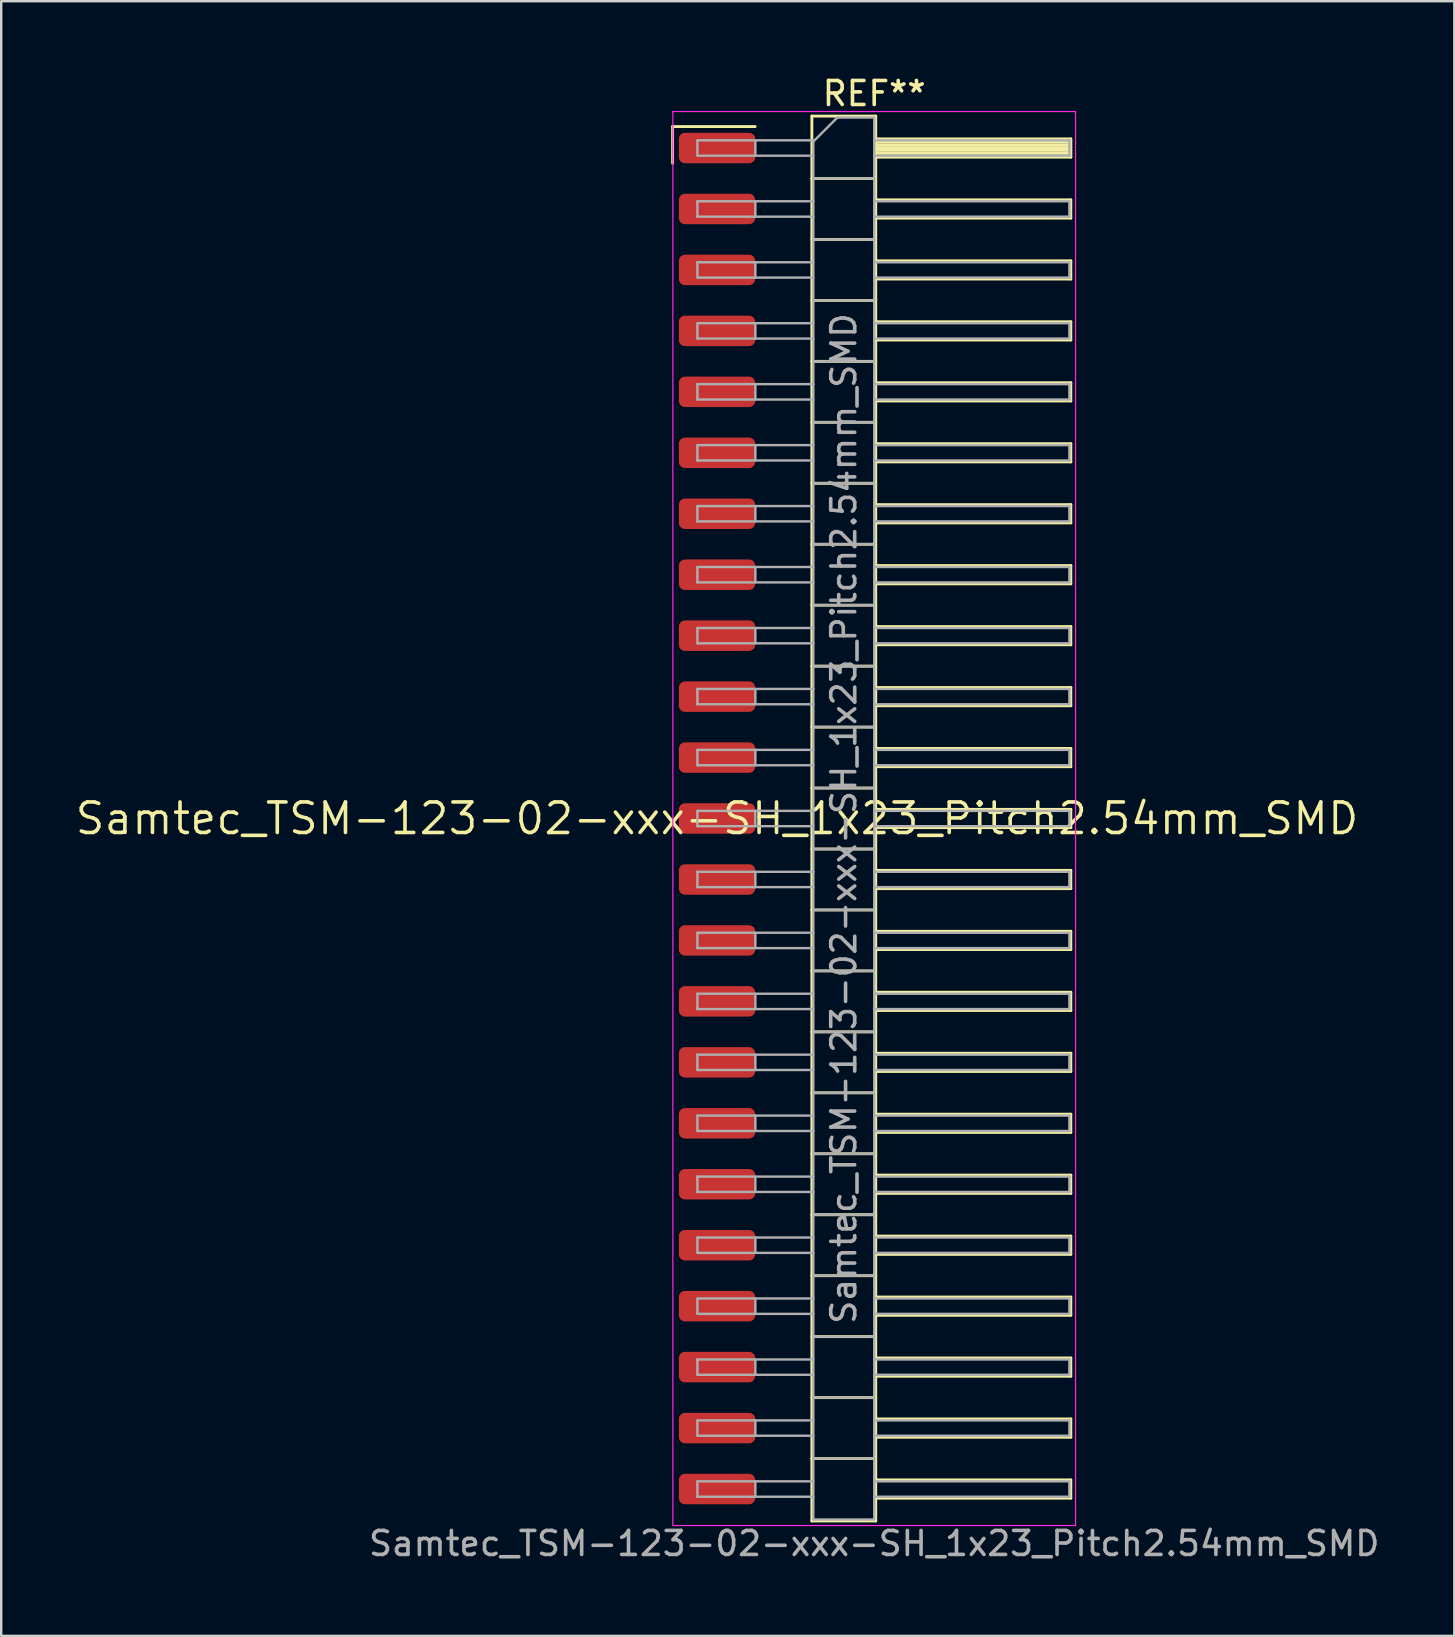
<source format=kicad_pcb>
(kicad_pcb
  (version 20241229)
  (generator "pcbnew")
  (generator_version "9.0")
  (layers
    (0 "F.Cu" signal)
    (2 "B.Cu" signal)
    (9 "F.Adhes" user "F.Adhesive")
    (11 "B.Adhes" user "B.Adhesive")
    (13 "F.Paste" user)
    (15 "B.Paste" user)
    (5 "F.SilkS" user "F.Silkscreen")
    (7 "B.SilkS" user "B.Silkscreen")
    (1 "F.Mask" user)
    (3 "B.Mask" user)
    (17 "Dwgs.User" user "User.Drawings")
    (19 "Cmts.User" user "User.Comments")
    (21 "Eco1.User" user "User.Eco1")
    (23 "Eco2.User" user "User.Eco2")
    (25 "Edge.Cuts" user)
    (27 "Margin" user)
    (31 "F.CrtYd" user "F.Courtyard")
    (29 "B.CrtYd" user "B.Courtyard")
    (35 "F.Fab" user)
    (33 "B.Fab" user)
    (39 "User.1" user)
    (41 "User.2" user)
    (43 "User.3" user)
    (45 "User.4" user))
  (footprint "Samtec_TSM-123-02-xxx-SH_1x23_Pitch2.54mm_SMD"
    (layer "F.Cu")
    (at 26.828 31.058)
    (property "Reference" "Samtec_TSM-123-02-xxx-SH_1x23_Pitch2.54mm_SMD" (at 0 0 0) (layer "F.SilkS") (effects (font (size 1.27 1.27) (thickness 0.15))))
    (attr smd)
    (fp_line (start -1.85 -28.835) (end 1.59 -28.835) (stroke (width 0.12) (type solid)) (layer "F.SilkS"))
    (fp_line (start -1.85 -27.305) (end -1.85 -28.835) (stroke (width 0.12) (type solid)) (layer "F.SilkS"))
    (fp_line (start 3.953 -29.27) (end 6.613 -29.27) (stroke (width 0.12) (type solid)) (layer "F.SilkS"))
    (fp_line (start 3.953 -26.67) (end 6.613 -26.67) (stroke (width 0.12) (type solid)) (layer "F.SilkS"))
    (fp_line (start 3.953 -24.13) (end 6.613 -24.13) (stroke (width 0.12) (type solid)) (layer "F.SilkS"))
    (fp_line (start 3.953 -21.59) (end 6.613 -21.59) (stroke (width 0.12) (type solid)) (layer "F.SilkS"))
    (fp_line (start 3.953 -19.05) (end 6.613 -19.05) (stroke (width 0.12) (type solid)) (layer "F.SilkS"))
    (fp_line (start 3.953 -16.51) (end 6.613 -16.51) (stroke (width 0.12) (type solid)) (layer "F.SilkS"))
    (fp_line (start 3.953 -13.97) (end 6.613 -13.97) (stroke (width 0.12) (type solid)) (layer "F.SilkS"))
    (fp_line (start 3.953 -11.43) (end 6.613 -11.43) (stroke (width 0.12) (type solid)) (layer "F.SilkS"))
    (fp_line (start 3.953 -8.89) (end 6.613 -8.89) (stroke (width 0.12) (type solid)) (layer "F.SilkS"))
    (fp_line (start 3.953 -6.35) (end 6.613 -6.35) (stroke (width 0.12) (type solid)) (layer "F.SilkS"))
    (fp_line (start 3.953 -3.81) (end 6.613 -3.81) (stroke (width 0.12) (type solid)) (layer "F.SilkS"))
    (fp_line (start 3.953 -1.27) (end 6.613 -1.27) (stroke (width 0.12) (type solid)) (layer "F.SilkS"))
    (fp_line (start 3.953 1.27) (end 6.613 1.27) (stroke (width 0.12) (type solid)) (layer "F.SilkS"))
    (fp_line (start 3.953 3.81) (end 6.613 3.81) (stroke (width 0.12) (type solid)) (layer "F.SilkS"))
    (fp_line (start 3.953 6.35) (end 6.613 6.35) (stroke (width 0.12) (type solid)) (layer "F.SilkS"))
    (fp_line (start 3.953 8.89) (end 6.613 8.89) (stroke (width 0.12) (type solid)) (layer "F.SilkS"))
    (fp_line (start 3.953 11.43) (end 6.613 11.43) (stroke (width 0.12) (type solid)) (layer "F.SilkS"))
    (fp_line (start 3.953 13.97) (end 6.613 13.97) (stroke (width 0.12) (type solid)) (layer "F.SilkS"))
    (fp_line (start 3.953 16.51) (end 6.613 16.51) (stroke (width 0.12) (type solid)) (layer "F.SilkS"))
    (fp_line (start 3.953 19.05) (end 6.613 19.05) (stroke (width 0.12) (type solid)) (layer "F.SilkS"))
    (fp_line (start 3.953 21.59) (end 6.613 21.59) (stroke (width 0.12) (type solid)) (layer "F.SilkS"))
    (fp_line (start 3.953 24.13) (end 6.613 24.13) (stroke (width 0.12) (type solid)) (layer "F.SilkS"))
    (fp_line (start 3.953 26.67) (end 6.613 26.67) (stroke (width 0.12) (type solid)) (layer "F.SilkS"))
    (fp_line (start 3.953 29.27) (end 3.953 -29.27) (stroke (width 0.12) (type solid)) (layer "F.SilkS"))
    (fp_line (start 6.613 -29.27) (end 6.613 29.27) (stroke (width 0.12) (type solid)) (layer "F.SilkS"))
    (fp_line (start 6.613 -28.32) (end 14.743 -28.32) (stroke (width 0.12) (type solid)) (layer "F.SilkS"))
    (fp_line (start 6.613 -28.2) (end 14.743 -28.2) (stroke (width 0.12) (type solid)) (layer "F.SilkS"))
    (fp_line (start 6.613 -28.08) (end 14.743 -28.08) (stroke (width 0.12) (type solid)) (layer "F.SilkS"))
    (fp_line (start 6.613 -27.96) (end 14.743 -27.96) (stroke (width 0.12) (type solid)) (layer "F.SilkS"))
    (fp_line (start 6.613 -27.84) (end 14.743 -27.84) (stroke (width 0.12) (type solid)) (layer "F.SilkS"))
    (fp_line (start 6.613 -27.72) (end 14.743 -27.72) (stroke (width 0.12) (type solid)) (layer "F.SilkS"))
    (fp_line (start 6.613 -27.6) (end 14.743 -27.6) (stroke (width 0.12) (type solid)) (layer "F.SilkS"))
    (fp_line (start 6.613 -27.56) (end 14.743 -27.56) (stroke (width 0.12) (type solid)) (layer "F.SilkS"))
    (fp_line (start 6.613 -25.78) (end 14.743 -25.78) (stroke (width 0.12) (type solid)) (layer "F.SilkS"))
    (fp_line (start 6.613 -25.02) (end 14.743 -25.02) (stroke (width 0.12) (type solid)) (layer "F.SilkS"))
    (fp_line (start 6.613 -23.24) (end 14.743 -23.24) (stroke (width 0.12) (type solid)) (layer "F.SilkS"))
    (fp_line (start 6.613 -22.48) (end 14.743 -22.48) (stroke (width 0.12) (type solid)) (layer "F.SilkS"))
    (fp_line (start 6.613 -20.7) (end 14.743 -20.7) (stroke (width 0.12) (type solid)) (layer "F.SilkS"))
    (fp_line (start 6.613 -19.94) (end 14.743 -19.94) (stroke (width 0.12) (type solid)) (layer "F.SilkS"))
    (fp_line (start 6.613 -18.16) (end 14.743 -18.16) (stroke (width 0.12) (type solid)) (layer "F.SilkS"))
    (fp_line (start 6.613 -17.4) (end 14.743 -17.4) (stroke (width 0.12) (type solid)) (layer "F.SilkS"))
    (fp_line (start 6.613 -15.62) (end 14.743 -15.62) (stroke (width 0.12) (type solid)) (layer "F.SilkS"))
    (fp_line (start 6.613 -14.86) (end 14.743 -14.86) (stroke (width 0.12) (type solid)) (layer "F.SilkS"))
    (fp_line (start 6.613 -13.08) (end 14.743 -13.08) (stroke (width 0.12) (type solid)) (layer "F.SilkS"))
    (fp_line (start 6.613 -12.32) (end 14.743 -12.32) (stroke (width 0.12) (type solid)) (layer "F.SilkS"))
    (fp_line (start 6.613 -10.54) (end 14.743 -10.54) (stroke (width 0.12) (type solid)) (layer "F.SilkS"))
    (fp_line (start 6.613 -9.78) (end 14.743 -9.78) (stroke (width 0.12) (type solid)) (layer "F.SilkS"))
    (fp_line (start 6.613 -8) (end 14.743 -8) (stroke (width 0.12) (type solid)) (layer "F.SilkS"))
    (fp_line (start 6.613 -7.24) (end 14.743 -7.24) (stroke (width 0.12) (type solid)) (layer "F.SilkS"))
    (fp_line (start 6.613 -5.46) (end 14.743 -5.46) (stroke (width 0.12) (type solid)) (layer "F.SilkS"))
    (fp_line (start 6.613 -4.7) (end 14.743 -4.7) (stroke (width 0.12) (type solid)) (layer "F.SilkS"))
    (fp_line (start 6.613 -2.92) (end 14.743 -2.92) (stroke (width 0.12) (type solid)) (layer "F.SilkS"))
    (fp_line (start 6.613 -2.16) (end 14.743 -2.16) (stroke (width 0.12) (type solid)) (layer "F.SilkS"))
    (fp_line (start 6.613 -0.38) (end 14.743 -0.38) (stroke (width 0.12) (type solid)) (layer "F.SilkS"))
    (fp_line (start 6.613 0.38) (end 14.743 0.38) (stroke (width 0.12) (type solid)) (layer "F.SilkS"))
    (fp_line (start 6.613 2.16) (end 14.743 2.16) (stroke (width 0.12) (type solid)) (layer "F.SilkS"))
    (fp_line (start 6.613 2.92) (end 14.743 2.92) (stroke (width 0.12) (type solid)) (layer "F.SilkS"))
    (fp_line (start 6.613 4.7) (end 14.743 4.7) (stroke (width 0.12) (type solid)) (layer "F.SilkS"))
    (fp_line (start 6.613 5.46) (end 14.743 5.46) (stroke (width 0.12) (type solid)) (layer "F.SilkS"))
    (fp_line (start 6.613 7.24) (end 14.743 7.24) (stroke (width 0.12) (type solid)) (layer "F.SilkS"))
    (fp_line (start 6.613 8) (end 14.743 8) (stroke (width 0.12) (type solid)) (layer "F.SilkS"))
    (fp_line (start 6.613 9.78) (end 14.743 9.78) (stroke (width 0.12) (type solid)) (layer "F.SilkS"))
    (fp_line (start 6.613 10.54) (end 14.743 10.54) (stroke (width 0.12) (type solid)) (layer "F.SilkS"))
    (fp_line (start 6.613 12.32) (end 14.743 12.32) (stroke (width 0.12) (type solid)) (layer "F.SilkS"))
    (fp_line (start 6.613 13.08) (end 14.743 13.08) (stroke (width 0.12) (type solid)) (layer "F.SilkS"))
    (fp_line (start 6.613 14.86) (end 14.743 14.86) (stroke (width 0.12) (type solid)) (layer "F.SilkS"))
    (fp_line (start 6.613 15.62) (end 14.743 15.62) (stroke (width 0.12) (type solid)) (layer "F.SilkS"))
    (fp_line (start 6.613 17.4) (end 14.743 17.4) (stroke (width 0.12) (type solid)) (layer "F.SilkS"))
    (fp_line (start 6.613 18.16) (end 14.743 18.16) (stroke (width 0.12) (type solid)) (layer "F.SilkS"))
    (fp_line (start 6.613 19.94) (end 14.743 19.94) (stroke (width 0.12) (type solid)) (layer "F.SilkS"))
    (fp_line (start 6.613 20.7) (end 14.743 20.7) (stroke (width 0.12) (type solid)) (layer "F.SilkS"))
    (fp_line (start 6.613 22.48) (end 14.743 22.48) (stroke (width 0.12) (type solid)) (layer "F.SilkS"))
    (fp_line (start 6.613 23.24) (end 14.743 23.24) (stroke (width 0.12) (type solid)) (layer "F.SilkS"))
    (fp_line (start 6.613 25.02) (end 14.743 25.02) (stroke (width 0.12) (type solid)) (layer "F.SilkS"))
    (fp_line (start 6.613 25.78) (end 14.743 25.78) (stroke (width 0.12) (type solid)) (layer "F.SilkS"))
    (fp_line (start 6.613 27.56) (end 14.743 27.56) (stroke (width 0.12) (type solid)) (layer "F.SilkS"))
    (fp_line (start 6.613 28.32) (end 14.743 28.32) (stroke (width 0.12) (type solid)) (layer "F.SilkS"))
    (fp_line (start 6.613 29.27) (end 3.953 29.27) (stroke (width 0.12) (type solid)) (layer "F.SilkS"))
    (fp_line (start 14.743 -28.32) (end 14.743 -27.56) (stroke (width 0.12) (type solid)) (layer "F.SilkS"))
    (fp_line (start 14.743 -25.78) (end 14.743 -25.02) (stroke (width 0.12) (type solid)) (layer "F.SilkS"))
    (fp_line (start 14.743 -23.24) (end 14.743 -22.48) (stroke (width 0.12) (type solid)) (layer "F.SilkS"))
    (fp_line (start 14.743 -20.7) (end 14.743 -19.94) (stroke (width 0.12) (type solid)) (layer "F.SilkS"))
    (fp_line (start 14.743 -18.16) (end 14.743 -17.4) (stroke (width 0.12) (type solid)) (layer "F.SilkS"))
    (fp_line (start 14.743 -15.62) (end 14.743 -14.86) (stroke (width 0.12) (type solid)) (layer "F.SilkS"))
    (fp_line (start 14.743 -13.08) (end 14.743 -12.32) (stroke (width 0.12) (type solid)) (layer "F.SilkS"))
    (fp_line (start 14.743 -10.54) (end 14.743 -9.78) (stroke (width 0.12) (type solid)) (layer "F.SilkS"))
    (fp_line (start 14.743 -8) (end 14.743 -7.24) (stroke (width 0.12) (type solid)) (layer "F.SilkS"))
    (fp_line (start 14.743 -5.46) (end 14.743 -4.7) (stroke (width 0.12) (type solid)) (layer "F.SilkS"))
    (fp_line (start 14.743 -2.92) (end 14.743 -2.16) (stroke (width 0.12) (type solid)) (layer "F.SilkS"))
    (fp_line (start 14.743 -0.38) (end 14.743 0.38) (stroke (width 0.12) (type solid)) (layer "F.SilkS"))
    (fp_line (start 14.743 2.16) (end 14.743 2.92) (stroke (width 0.12) (type solid)) (layer "F.SilkS"))
    (fp_line (start 14.743 4.7) (end 14.743 5.46) (stroke (width 0.12) (type solid)) (layer "F.SilkS"))
    (fp_line (start 14.743 7.24) (end 14.743 8) (stroke (width 0.12) (type solid)) (layer "F.SilkS"))
    (fp_line (start 14.743 9.78) (end 14.743 10.54) (stroke (width 0.12) (type solid)) (layer "F.SilkS"))
    (fp_line (start 14.743 12.32) (end 14.743 13.08) (stroke (width 0.12) (type solid)) (layer "F.SilkS"))
    (fp_line (start 14.743 14.86) (end 14.743 15.62) (stroke (width 0.12) (type solid)) (layer "F.SilkS"))
    (fp_line (start 14.743 17.4) (end 14.743 18.16) (stroke (width 0.12) (type solid)) (layer "F.SilkS"))
    (fp_line (start 14.743 19.94) (end 14.743 20.7) (stroke (width 0.12) (type solid)) (layer "F.SilkS"))
    (fp_line (start 14.743 22.48) (end 14.743 23.24) (stroke (width 0.12) (type solid)) (layer "F.SilkS"))
    (fp_line (start 14.743 25.02) (end 14.743 25.78) (stroke (width 0.12) (type solid)) (layer "F.SilkS"))
    (fp_line (start 14.743 27.56) (end 14.743 28.32) (stroke (width 0.12) (type solid)) (layer "F.SilkS"))
    (fp_line (start -1.84 -29.46) (end 14.94 -29.46) (stroke (width 0.05) (type solid)) (layer "F.CrtYd"))
    (fp_line (start -1.84 29.46) (end -1.84 -29.46) (stroke (width 0.05) (type solid)) (layer "F.CrtYd"))
    (fp_line (start 14.94 -29.46) (end 14.94 29.46) (stroke (width 0.05) (type solid)) (layer "F.CrtYd"))
    (fp_line (start 14.94 29.46) (end -1.84 29.46) (stroke (width 0.05) (type solid)) (layer "F.CrtYd"))
    (fp_line (start -0.817 -28.26) (end -0.817 -27.62) (stroke (width 0.1) (type solid)) (layer "F.Fab"))
    (fp_line (start -0.817 -28.26) (end 4.013 -28.26) (stroke (width 0.1) (type solid)) (layer "F.Fab"))
    (fp_line (start -0.817 -27.62) (end 4.013 -27.62) (stroke (width 0.1) (type solid)) (layer "F.Fab"))
    (fp_line (start -0.817 -25.72) (end -0.817 -25.08) (stroke (width 0.1) (type solid)) (layer "F.Fab"))
    (fp_line (start -0.817 -25.72) (end 4.013 -25.72) (stroke (width 0.1) (type solid)) (layer "F.Fab"))
    (fp_line (start -0.817 -25.08) (end 4.013 -25.08) (stroke (width 0.1) (type solid)) (layer "F.Fab"))
    (fp_line (start -0.817 -23.18) (end -0.817 -22.54) (stroke (width 0.1) (type solid)) (layer "F.Fab"))
    (fp_line (start -0.817 -23.18) (end 4.013 -23.18) (stroke (width 0.1) (type solid)) (layer "F.Fab"))
    (fp_line (start -0.817 -22.54) (end 4.013 -22.54) (stroke (width 0.1) (type solid)) (layer "F.Fab"))
    (fp_line (start -0.817 -20.64) (end -0.817 -20) (stroke (width 0.1) (type solid)) (layer "F.Fab"))
    (fp_line (start -0.817 -20.64) (end 4.013 -20.64) (stroke (width 0.1) (type solid)) (layer "F.Fab"))
    (fp_line (start -0.817 -20) (end 4.013 -20) (stroke (width 0.1) (type solid)) (layer "F.Fab"))
    (fp_line (start -0.817 -18.1) (end -0.817 -17.46) (stroke (width 0.1) (type solid)) (layer "F.Fab"))
    (fp_line (start -0.817 -18.1) (end 4.013 -18.1) (stroke (width 0.1) (type solid)) (layer "F.Fab"))
    (fp_line (start -0.817 -17.46) (end 4.013 -17.46) (stroke (width 0.1) (type solid)) (layer "F.Fab"))
    (fp_line (start -0.817 -15.56) (end -0.817 -14.92) (stroke (width 0.1) (type solid)) (layer "F.Fab"))
    (fp_line (start -0.817 -15.56) (end 4.013 -15.56) (stroke (width 0.1) (type solid)) (layer "F.Fab"))
    (fp_line (start -0.817 -14.92) (end 4.013 -14.92) (stroke (width 0.1) (type solid)) (layer "F.Fab"))
    (fp_line (start -0.817 -13.02) (end -0.817 -12.38) (stroke (width 0.1) (type solid)) (layer "F.Fab"))
    (fp_line (start -0.817 -13.02) (end 4.013 -13.02) (stroke (width 0.1) (type solid)) (layer "F.Fab"))
    (fp_line (start -0.817 -12.38) (end 4.013 -12.38) (stroke (width 0.1) (type solid)) (layer "F.Fab"))
    (fp_line (start -0.817 -10.48) (end -0.817 -9.84) (stroke (width 0.1) (type solid)) (layer "F.Fab"))
    (fp_line (start -0.817 -10.48) (end 4.013 -10.48) (stroke (width 0.1) (type solid)) (layer "F.Fab"))
    (fp_line (start -0.817 -9.84) (end 4.013 -9.84) (stroke (width 0.1) (type solid)) (layer "F.Fab"))
    (fp_line (start -0.817 -7.94) (end -0.817 -7.3) (stroke (width 0.1) (type solid)) (layer "F.Fab"))
    (fp_line (start -0.817 -7.94) (end 4.013 -7.94) (stroke (width 0.1) (type solid)) (layer "F.Fab"))
    (fp_line (start -0.817 -7.3) (end 4.013 -7.3) (stroke (width 0.1) (type solid)) (layer "F.Fab"))
    (fp_line (start -0.817 -5.4) (end -0.817 -4.76) (stroke (width 0.1) (type solid)) (layer "F.Fab"))
    (fp_line (start -0.817 -5.4) (end 4.013 -5.4) (stroke (width 0.1) (type solid)) (layer "F.Fab"))
    (fp_line (start -0.817 -4.76) (end 4.013 -4.76) (stroke (width 0.1) (type solid)) (layer "F.Fab"))
    (fp_line (start -0.817 -2.86) (end -0.817 -2.22) (stroke (width 0.1) (type solid)) (layer "F.Fab"))
    (fp_line (start -0.817 -2.86) (end 4.013 -2.86) (stroke (width 0.1) (type solid)) (layer "F.Fab"))
    (fp_line (start -0.817 -2.22) (end 4.013 -2.22) (stroke (width 0.1) (type solid)) (layer "F.Fab"))
    (fp_line (start -0.817 -0.32) (end -0.817 0.32) (stroke (width 0.1) (type solid)) (layer "F.Fab"))
    (fp_line (start -0.817 -0.32) (end 4.013 -0.32) (stroke (width 0.1) (type solid)) (layer "F.Fab"))
    (fp_line (start -0.817 0.32) (end 4.013 0.32) (stroke (width 0.1) (type solid)) (layer "F.Fab"))
    (fp_line (start -0.817 2.22) (end -0.817 2.86) (stroke (width 0.1) (type solid)) (layer "F.Fab"))
    (fp_line (start -0.817 2.22) (end 4.013 2.22) (stroke (width 0.1) (type solid)) (layer "F.Fab"))
    (fp_line (start -0.817 2.86) (end 4.013 2.86) (stroke (width 0.1) (type solid)) (layer "F.Fab"))
    (fp_line (start -0.817 4.76) (end -0.817 5.4) (stroke (width 0.1) (type solid)) (layer "F.Fab"))
    (fp_line (start -0.817 4.76) (end 4.013 4.76) (stroke (width 0.1) (type solid)) (layer "F.Fab"))
    (fp_line (start -0.817 5.4) (end 4.013 5.4) (stroke (width 0.1) (type solid)) (layer "F.Fab"))
    (fp_line (start -0.817 7.3) (end -0.817 7.94) (stroke (width 0.1) (type solid)) (layer "F.Fab"))
    (fp_line (start -0.817 7.3) (end 4.013 7.3) (stroke (width 0.1) (type solid)) (layer "F.Fab"))
    (fp_line (start -0.817 7.94) (end 4.013 7.94) (stroke (width 0.1) (type solid)) (layer "F.Fab"))
    (fp_line (start -0.817 9.84) (end -0.817 10.48) (stroke (width 0.1) (type solid)) (layer "F.Fab"))
    (fp_line (start -0.817 9.84) (end 4.013 9.84) (stroke (width 0.1) (type solid)) (layer "F.Fab"))
    (fp_line (start -0.817 10.48) (end 4.013 10.48) (stroke (width 0.1) (type solid)) (layer "F.Fab"))
    (fp_line (start -0.817 12.38) (end -0.817 13.02) (stroke (width 0.1) (type solid)) (layer "F.Fab"))
    (fp_line (start -0.817 12.38) (end 4.013 12.38) (stroke (width 0.1) (type solid)) (layer "F.Fab"))
    (fp_line (start -0.817 13.02) (end 4.013 13.02) (stroke (width 0.1) (type solid)) (layer "F.Fab"))
    (fp_line (start -0.817 14.92) (end -0.817 15.56) (stroke (width 0.1) (type solid)) (layer "F.Fab"))
    (fp_line (start -0.817 14.92) (end 4.013 14.92) (stroke (width 0.1) (type solid)) (layer "F.Fab"))
    (fp_line (start -0.817 15.56) (end 4.013 15.56) (stroke (width 0.1) (type solid)) (layer "F.Fab"))
    (fp_line (start -0.817 17.46) (end -0.817 18.1) (stroke (width 0.1) (type solid)) (layer "F.Fab"))
    (fp_line (start -0.817 17.46) (end 4.013 17.46) (stroke (width 0.1) (type solid)) (layer "F.Fab"))
    (fp_line (start -0.817 18.1) (end 4.013 18.1) (stroke (width 0.1) (type solid)) (layer "F.Fab"))
    (fp_line (start -0.817 20) (end -0.817 20.64) (stroke (width 0.1) (type solid)) (layer "F.Fab"))
    (fp_line (start -0.817 20) (end 4.013 20) (stroke (width 0.1) (type solid)) (layer "F.Fab"))
    (fp_line (start -0.817 20.64) (end 4.013 20.64) (stroke (width 0.1) (type solid)) (layer "F.Fab"))
    (fp_line (start -0.817 22.54) (end -0.817 23.18) (stroke (width 0.1) (type solid)) (layer "F.Fab"))
    (fp_line (start -0.817 22.54) (end 4.013 22.54) (stroke (width 0.1) (type solid)) (layer "F.Fab"))
    (fp_line (start -0.817 23.18) (end 4.013 23.18) (stroke (width 0.1) (type solid)) (layer "F.Fab"))
    (fp_line (start -0.817 25.08) (end -0.817 25.72) (stroke (width 0.1) (type solid)) (layer "F.Fab"))
    (fp_line (start -0.817 25.08) (end 4.013 25.08) (stroke (width 0.1) (type solid)) (layer "F.Fab"))
    (fp_line (start -0.817 25.72) (end 4.013 25.72) (stroke (width 0.1) (type solid)) (layer "F.Fab"))
    (fp_line (start -0.817 27.62) (end -0.817 28.26) (stroke (width 0.1) (type solid)) (layer "F.Fab"))
    (fp_line (start -0.817 27.62) (end 4.013 27.62) (stroke (width 0.1) (type solid)) (layer "F.Fab"))
    (fp_line (start -0.817 28.26) (end 4.013 28.26) (stroke (width 0.1) (type solid)) (layer "F.Fab"))
    (fp_line (start 1.598 -28.26) (end 1.598 -27.62) (stroke (width 0.1) (type solid)) (layer "F.Fab"))
    (fp_line (start 1.598 -25.72) (end 1.598 -25.08) (stroke (width 0.1) (type solid)) (layer "F.Fab"))
    (fp_line (start 1.598 -23.18) (end 1.598 -22.54) (stroke (width 0.1) (type solid)) (layer "F.Fab"))
    (fp_line (start 1.598 -20.64) (end 1.598 -20) (stroke (width 0.1) (type solid)) (layer "F.Fab"))
    (fp_line (start 1.598 -18.1) (end 1.598 -17.46) (stroke (width 0.1) (type solid)) (layer "F.Fab"))
    (fp_line (start 1.598 -15.56) (end 1.598 -14.92) (stroke (width 0.1) (type solid)) (layer "F.Fab"))
    (fp_line (start 1.598 -13.02) (end 1.598 -12.38) (stroke (width 0.1) (type solid)) (layer "F.Fab"))
    (fp_line (start 1.598 -10.48) (end 1.598 -9.84) (stroke (width 0.1) (type solid)) (layer "F.Fab"))
    (fp_line (start 1.598 -7.94) (end 1.598 -7.3) (stroke (width 0.1) (type solid)) (layer "F.Fab"))
    (fp_line (start 1.598 -5.4) (end 1.598 -4.76) (stroke (width 0.1) (type solid)) (layer "F.Fab"))
    (fp_line (start 1.598 -2.86) (end 1.598 -2.22) (stroke (width 0.1) (type solid)) (layer "F.Fab"))
    (fp_line (start 1.598 -0.32) (end 1.598 0.32) (stroke (width 0.1) (type solid)) (layer "F.Fab"))
    (fp_line (start 1.598 2.22) (end 1.598 2.86) (stroke (width 0.1) (type solid)) (layer "F.Fab"))
    (fp_line (start 1.598 4.76) (end 1.598 5.4) (stroke (width 0.1) (type solid)) (layer "F.Fab"))
    (fp_line (start 1.598 7.3) (end 1.598 7.94) (stroke (width 0.1) (type solid)) (layer "F.Fab"))
    (fp_line (start 1.598 9.84) (end 1.598 10.48) (stroke (width 0.1) (type solid)) (layer "F.Fab"))
    (fp_line (start 1.598 12.38) (end 1.598 13.02) (stroke (width 0.1) (type solid)) (layer "F.Fab"))
    (fp_line (start 1.598 14.92) (end 1.598 15.56) (stroke (width 0.1) (type solid)) (layer "F.Fab"))
    (fp_line (start 1.598 17.46) (end 1.598 18.1) (stroke (width 0.1) (type solid)) (layer "F.Fab"))
    (fp_line (start 1.598 20) (end 1.598 20.64) (stroke (width 0.1) (type solid)) (layer "F.Fab"))
    (fp_line (start 1.598 22.54) (end 1.598 23.18) (stroke (width 0.1) (type solid)) (layer "F.Fab"))
    (fp_line (start 1.598 25.08) (end 1.598 25.72) (stroke (width 0.1) (type solid)) (layer "F.Fab"))
    (fp_line (start 1.598 27.62) (end 1.598 28.26) (stroke (width 0.1) (type solid)) (layer "F.Fab"))
    (fp_line (start 4.013 -28.21) (end 5.013 -29.21) (stroke (width 0.1) (type solid)) (layer "F.Fab"))
    (fp_line (start 4.013 -26.67) (end 6.553 -26.67) (stroke (width 0.1) (type solid)) (layer "F.Fab"))
    (fp_line (start 4.013 -24.13) (end 6.553 -24.13) (stroke (width 0.1) (type solid)) (layer "F.Fab"))
    (fp_line (start 4.013 -21.59) (end 6.553 -21.59) (stroke (width 0.1) (type solid)) (layer "F.Fab"))
    (fp_line (start 4.013 -19.05) (end 6.553 -19.05) (stroke (width 0.1) (type solid)) (layer "F.Fab"))
    (fp_line (start 4.013 -16.51) (end 6.553 -16.51) (stroke (width 0.1) (type solid)) (layer "F.Fab"))
    (fp_line (start 4.013 -13.97) (end 6.553 -13.97) (stroke (width 0.1) (type solid)) (layer "F.Fab"))
    (fp_line (start 4.013 -11.43) (end 6.553 -11.43) (stroke (width 0.1) (type solid)) (layer "F.Fab"))
    (fp_line (start 4.013 -8.89) (end 6.553 -8.89) (stroke (width 0.1) (type solid)) (layer "F.Fab"))
    (fp_line (start 4.013 -6.35) (end 6.553 -6.35) (stroke (width 0.1) (type solid)) (layer "F.Fab"))
    (fp_line (start 4.013 -3.81) (end 6.553 -3.81) (stroke (width 0.1) (type solid)) (layer "F.Fab"))
    (fp_line (start 4.013 -1.27) (end 6.553 -1.27) (stroke (width 0.1) (type solid)) (layer "F.Fab"))
    (fp_line (start 4.013 1.27) (end 6.553 1.27) (stroke (width 0.1) (type solid)) (layer "F.Fab"))
    (fp_line (start 4.013 3.81) (end 6.553 3.81) (stroke (width 0.1) (type solid)) (layer "F.Fab"))
    (fp_line (start 4.013 6.35) (end 6.553 6.35) (stroke (width 0.1) (type solid)) (layer "F.Fab"))
    (fp_line (start 4.013 8.89) (end 6.553 8.89) (stroke (width 0.1) (type solid)) (layer "F.Fab"))
    (fp_line (start 4.013 11.43) (end 6.553 11.43) (stroke (width 0.1) (type solid)) (layer "F.Fab"))
    (fp_line (start 4.013 13.97) (end 6.553 13.97) (stroke (width 0.1) (type solid)) (layer "F.Fab"))
    (fp_line (start 4.013 16.51) (end 6.553 16.51) (stroke (width 0.1) (type solid)) (layer "F.Fab"))
    (fp_line (start 4.013 19.05) (end 6.553 19.05) (stroke (width 0.1) (type solid)) (layer "F.Fab"))
    (fp_line (start 4.013 21.59) (end 6.553 21.59) (stroke (width 0.1) (type solid)) (layer "F.Fab"))
    (fp_line (start 4.013 24.13) (end 6.553 24.13) (stroke (width 0.1) (type solid)) (layer "F.Fab"))
    (fp_line (start 4.013 26.67) (end 6.553 26.67) (stroke (width 0.1) (type solid)) (layer "F.Fab"))
    (fp_line (start 4.013 29.21) (end 4.013 -28.21) (stroke (width 0.1) (type solid)) (layer "F.Fab"))
    (fp_line (start 5.013 -29.21) (end 6.553 -29.21) (stroke (width 0.1) (type solid)) (layer "F.Fab"))
    (fp_line (start 6.553 -29.21) (end 6.553 29.21) (stroke (width 0.1) (type solid)) (layer "F.Fab"))
    (fp_line (start 6.553 -28.26) (end 14.683 -28.26) (stroke (width 0.1) (type solid)) (layer "F.Fab"))
    (fp_line (start 6.553 -27.62) (end 14.683 -27.62) (stroke (width 0.1) (type solid)) (layer "F.Fab"))
    (fp_line (start 6.553 -25.72) (end 14.683 -25.72) (stroke (width 0.1) (type solid)) (layer "F.Fab"))
    (fp_line (start 6.553 -25.08) (end 14.683 -25.08) (stroke (width 0.1) (type solid)) (layer "F.Fab"))
    (fp_line (start 6.553 -23.18) (end 14.683 -23.18) (stroke (width 0.1) (type solid)) (layer "F.Fab"))
    (fp_line (start 6.553 -22.54) (end 14.683 -22.54) (stroke (width 0.1) (type solid)) (layer "F.Fab"))
    (fp_line (start 6.553 -20.64) (end 14.683 -20.64) (stroke (width 0.1) (type solid)) (layer "F.Fab"))
    (fp_line (start 6.553 -20) (end 14.683 -20) (stroke (width 0.1) (type solid)) (layer "F.Fab"))
    (fp_line (start 6.553 -18.1) (end 14.683 -18.1) (stroke (width 0.1) (type solid)) (layer "F.Fab"))
    (fp_line (start 6.553 -17.46) (end 14.683 -17.46) (stroke (width 0.1) (type solid)) (layer "F.Fab"))
    (fp_line (start 6.553 -15.56) (end 14.683 -15.56) (stroke (width 0.1) (type solid)) (layer "F.Fab"))
    (fp_line (start 6.553 -14.92) (end 14.683 -14.92) (stroke (width 0.1) (type solid)) (layer "F.Fab"))
    (fp_line (start 6.553 -13.02) (end 14.683 -13.02) (stroke (width 0.1) (type solid)) (layer "F.Fab"))
    (fp_line (start 6.553 -12.38) (end 14.683 -12.38) (stroke (width 0.1) (type solid)) (layer "F.Fab"))
    (fp_line (start 6.553 -10.48) (end 14.683 -10.48) (stroke (width 0.1) (type solid)) (layer "F.Fab"))
    (fp_line (start 6.553 -9.84) (end 14.683 -9.84) (stroke (width 0.1) (type solid)) (layer "F.Fab"))
    (fp_line (start 6.553 -7.94) (end 14.683 -7.94) (stroke (width 0.1) (type solid)) (layer "F.Fab"))
    (fp_line (start 6.553 -7.3) (end 14.683 -7.3) (stroke (width 0.1) (type solid)) (layer "F.Fab"))
    (fp_line (start 6.553 -5.4) (end 14.683 -5.4) (stroke (width 0.1) (type solid)) (layer "F.Fab"))
    (fp_line (start 6.553 -4.76) (end 14.683 -4.76) (stroke (width 0.1) (type solid)) (layer "F.Fab"))
    (fp_line (start 6.553 -2.86) (end 14.683 -2.86) (stroke (width 0.1) (type solid)) (layer "F.Fab"))
    (fp_line (start 6.553 -2.22) (end 14.683 -2.22) (stroke (width 0.1) (type solid)) (layer "F.Fab"))
    (fp_line (start 6.553 -0.32) (end 14.683 -0.32) (stroke (width 0.1) (type solid)) (layer "F.Fab"))
    (fp_line (start 6.553 0.32) (end 14.683 0.32) (stroke (width 0.1) (type solid)) (layer "F.Fab"))
    (fp_line (start 6.553 2.22) (end 14.683 2.22) (stroke (width 0.1) (type solid)) (layer "F.Fab"))
    (fp_line (start 6.553 2.86) (end 14.683 2.86) (stroke (width 0.1) (type solid)) (layer "F.Fab"))
    (fp_line (start 6.553 4.76) (end 14.683 4.76) (stroke (width 0.1) (type solid)) (layer "F.Fab"))
    (fp_line (start 6.553 5.4) (end 14.683 5.4) (stroke (width 0.1) (type solid)) (layer "F.Fab"))
    (fp_line (start 6.553 7.3) (end 14.683 7.3) (stroke (width 0.1) (type solid)) (layer "F.Fab"))
    (fp_line (start 6.553 7.94) (end 14.683 7.94) (stroke (width 0.1) (type solid)) (layer "F.Fab"))
    (fp_line (start 6.553 9.84) (end 14.683 9.84) (stroke (width 0.1) (type solid)) (layer "F.Fab"))
    (fp_line (start 6.553 10.48) (end 14.683 10.48) (stroke (width 0.1) (type solid)) (layer "F.Fab"))
    (fp_line (start 6.553 12.38) (end 14.683 12.38) (stroke (width 0.1) (type solid)) (layer "F.Fab"))
    (fp_line (start 6.553 13.02) (end 14.683 13.02) (stroke (width 0.1) (type solid)) (layer "F.Fab"))
    (fp_line (start 6.553 14.92) (end 14.683 14.92) (stroke (width 0.1) (type solid)) (layer "F.Fab"))
    (fp_line (start 6.553 15.56) (end 14.683 15.56) (stroke (width 0.1) (type solid)) (layer "F.Fab"))
    (fp_line (start 6.553 17.46) (end 14.683 17.46) (stroke (width 0.1) (type solid)) (layer "F.Fab"))
    (fp_line (start 6.553 18.1) (end 14.683 18.1) (stroke (width 0.1) (type solid)) (layer "F.Fab"))
    (fp_line (start 6.553 20) (end 14.683 20) (stroke (width 0.1) (type solid)) (layer "F.Fab"))
    (fp_line (start 6.553 20.64) (end 14.683 20.64) (stroke (width 0.1) (type solid)) (layer "F.Fab"))
    (fp_line (start 6.553 22.54) (end 14.683 22.54) (stroke (width 0.1) (type solid)) (layer "F.Fab"))
    (fp_line (start 6.553 23.18) (end 14.683 23.18) (stroke (width 0.1) (type solid)) (layer "F.Fab"))
    (fp_line (start 6.553 25.08) (end 14.683 25.08) (stroke (width 0.1) (type solid)) (layer "F.Fab"))
    (fp_line (start 6.553 25.72) (end 14.683 25.72) (stroke (width 0.1) (type solid)) (layer "F.Fab"))
    (fp_line (start 6.553 27.62) (end 14.683 27.62) (stroke (width 0.1) (type solid)) (layer "F.Fab"))
    (fp_line (start 6.553 28.26) (end 14.683 28.26) (stroke (width 0.1) (type solid)) (layer "F.Fab"))
    (fp_line (start 6.553 29.21) (end 4.013 29.21) (stroke (width 0.1) (type solid)) (layer "F.Fab"))
    (fp_line (start 14.683 -28.26) (end 14.683 -27.62) (stroke (width 0.1) (type solid)) (layer "F.Fab"))
    (fp_line (start 14.683 -25.72) (end 14.683 -25.08) (stroke (width 0.1) (type solid)) (layer "F.Fab"))
    (fp_line (start 14.683 -23.18) (end 14.683 -22.54) (stroke (width 0.1) (type solid)) (layer "F.Fab"))
    (fp_line (start 14.683 -20.64) (end 14.683 -20) (stroke (width 0.1) (type solid)) (layer "F.Fab"))
    (fp_line (start 14.683 -18.1) (end 14.683 -17.46) (stroke (width 0.1) (type solid)) (layer "F.Fab"))
    (fp_line (start 14.683 -15.56) (end 14.683 -14.92) (stroke (width 0.1) (type solid)) (layer "F.Fab"))
    (fp_line (start 14.683 -13.02) (end 14.683 -12.38) (stroke (width 0.1) (type solid)) (layer "F.Fab"))
    (fp_line (start 14.683 -10.48) (end 14.683 -9.84) (stroke (width 0.1) (type solid)) (layer "F.Fab"))
    (fp_line (start 14.683 -7.94) (end 14.683 -7.3) (stroke (width 0.1) (type solid)) (layer "F.Fab"))
    (fp_line (start 14.683 -5.4) (end 14.683 -4.76) (stroke (width 0.1) (type solid)) (layer "F.Fab"))
    (fp_line (start 14.683 -2.86) (end 14.683 -2.22) (stroke (width 0.1) (type solid)) (layer "F.Fab"))
    (fp_line (start 14.683 -0.32) (end 14.683 0.32) (stroke (width 0.1) (type solid)) (layer "F.Fab"))
    (fp_line (start 14.683 2.22) (end 14.683 2.86) (stroke (width 0.1) (type solid)) (layer "F.Fab"))
    (fp_line (start 14.683 4.76) (end 14.683 5.4) (stroke (width 0.1) (type solid)) (layer "F.Fab"))
    (fp_line (start 14.683 7.3) (end 14.683 7.94) (stroke (width 0.1) (type solid)) (layer "F.Fab"))
    (fp_line (start 14.683 9.84) (end 14.683 10.48) (stroke (width 0.1) (type solid)) (layer "F.Fab"))
    (fp_line (start 14.683 12.38) (end 14.683 13.02) (stroke (width 0.1) (type solid)) (layer "F.Fab"))
    (fp_line (start 14.683 14.92) (end 14.683 15.56) (stroke (width 0.1) (type solid)) (layer "F.Fab"))
    (fp_line (start 14.683 17.46) (end 14.683 18.1) (stroke (width 0.1) (type solid)) (layer "F.Fab"))
    (fp_line (start 14.683 20) (end 14.683 20.64) (stroke (width 0.1) (type solid)) (layer "F.Fab"))
    (fp_line (start 14.683 22.54) (end 14.683 23.18) (stroke (width 0.1) (type solid)) (layer "F.Fab"))
    (fp_line (start 14.683 25.08) (end 14.683 25.72) (stroke (width 0.1) (type solid)) (layer "F.Fab"))
    (fp_line (start 14.683 27.62) (end 14.683 28.26) (stroke (width 0.1) (type solid)) (layer "F.Fab"))
    (fp_text user "REF**" (at 6.55 -30.21 0) (layer "F.SilkS") (effects (font (size 1 1) (thickness 0.15))))
    (fp_text user "${REFERENCE}" (at 5.283 0 90) (layer "F.Fab") (effects (font (size 1 1) (thickness 0.15))))
    (fp_text user "Samtec_TSM-123-02-xxx-SH_1x23_Pitch2.54mm_SMD" (at 6.55 30.21 0) (layer "F.Fab") (effects (font (size 1 1) (thickness 0.15))))
    (pad "1" smd roundrect (at 0 -27.94) (size 3.18 1.27) (layers "F.Cu" "F.Mask" "F.Paste") (roundrect_rratio 0.197))
    (pad "2" smd roundrect (at 0 -25.4) (size 3.18 1.27) (layers "F.Cu" "F.Mask" "F.Paste") (roundrect_rratio 0.197))
    (pad "3" smd roundrect (at 0 -22.86) (size 3.18 1.27) (layers "F.Cu" "F.Mask" "F.Paste") (roundrect_rratio 0.197))
    (pad "4" smd roundrect (at 0 -20.32) (size 3.18 1.27) (layers "F.Cu" "F.Mask" "F.Paste") (roundrect_rratio 0.197))
    (pad "5" smd roundrect (at 0 -17.78) (size 3.18 1.27) (layers "F.Cu" "F.Mask" "F.Paste") (roundrect_rratio 0.197))
    (pad "6" smd roundrect (at 0 -15.24) (size 3.18 1.27) (layers "F.Cu" "F.Mask" "F.Paste") (roundrect_rratio 0.197))
    (pad "7" smd roundrect (at 0 -12.7) (size 3.18 1.27) (layers "F.Cu" "F.Mask" "F.Paste") (roundrect_rratio 0.197))
    (pad "8" smd roundrect (at 0 -10.16) (size 3.18 1.27) (layers "F.Cu" "F.Mask" "F.Paste") (roundrect_rratio 0.197))
    (pad "9" smd roundrect (at 0 -7.62) (size 3.18 1.27) (layers "F.Cu" "F.Mask" "F.Paste") (roundrect_rratio 0.197))
    (pad "10" smd roundrect (at 0 -5.08) (size 3.18 1.27) (layers "F.Cu" "F.Mask" "F.Paste") (roundrect_rratio 0.197))
    (pad "11" smd roundrect (at 0 -2.54) (size 3.18 1.27) (layers "F.Cu" "F.Mask" "F.Paste") (roundrect_rratio 0.197))
    (pad "12" smd roundrect (at 0 0) (size 3.18 1.27) (layers "F.Cu" "F.Mask" "F.Paste") (roundrect_rratio 0.197))
    (pad "13" smd roundrect (at 0 2.54) (size 3.18 1.27) (layers "F.Cu" "F.Mask" "F.Paste") (roundrect_rratio 0.197))
    (pad "14" smd roundrect (at 0 5.08) (size 3.18 1.27) (layers "F.Cu" "F.Mask" "F.Paste") (roundrect_rratio 0.197))
    (pad "15" smd roundrect (at 0 7.62) (size 3.18 1.27) (layers "F.Cu" "F.Mask" "F.Paste") (roundrect_rratio 0.197))
    (pad "16" smd roundrect (at 0 10.16) (size 3.18 1.27) (layers "F.Cu" "F.Mask" "F.Paste") (roundrect_rratio 0.197))
    (pad "17" smd roundrect (at 0 12.7) (size 3.18 1.27) (layers "F.Cu" "F.Mask" "F.Paste") (roundrect_rratio 0.197))
    (pad "18" smd roundrect (at 0 15.24) (size 3.18 1.27) (layers "F.Cu" "F.Mask" "F.Paste") (roundrect_rratio 0.197))
    (pad "19" smd roundrect (at 0 17.78) (size 3.18 1.27) (layers "F.Cu" "F.Mask" "F.Paste") (roundrect_rratio 0.197))
    (pad "20" smd roundrect (at 0 20.32) (size 3.18 1.27) (layers "F.Cu" "F.Mask" "F.Paste") (roundrect_rratio 0.197))
    (pad "21" smd roundrect (at 0 22.86) (size 3.18 1.27) (layers "F.Cu" "F.Mask" "F.Paste") (roundrect_rratio 0.197))
    (pad "22" smd roundrect (at 0 25.4) (size 3.18 1.27) (layers "F.Cu" "F.Mask" "F.Paste") (roundrect_rratio 0.197))
    (pad "23" smd roundrect (at 0 27.94) (size 3.18 1.27) (layers "F.Cu" "F.Mask" "F.Paste") (roundrect_rratio 0.197)))
  (gr_rect
    (start -3 -3)
    (end 57.551 65.117)
    (stroke (width 0.1) (type default))
    (fill no)
    (layer "Edge.Cuts")))
</source>
